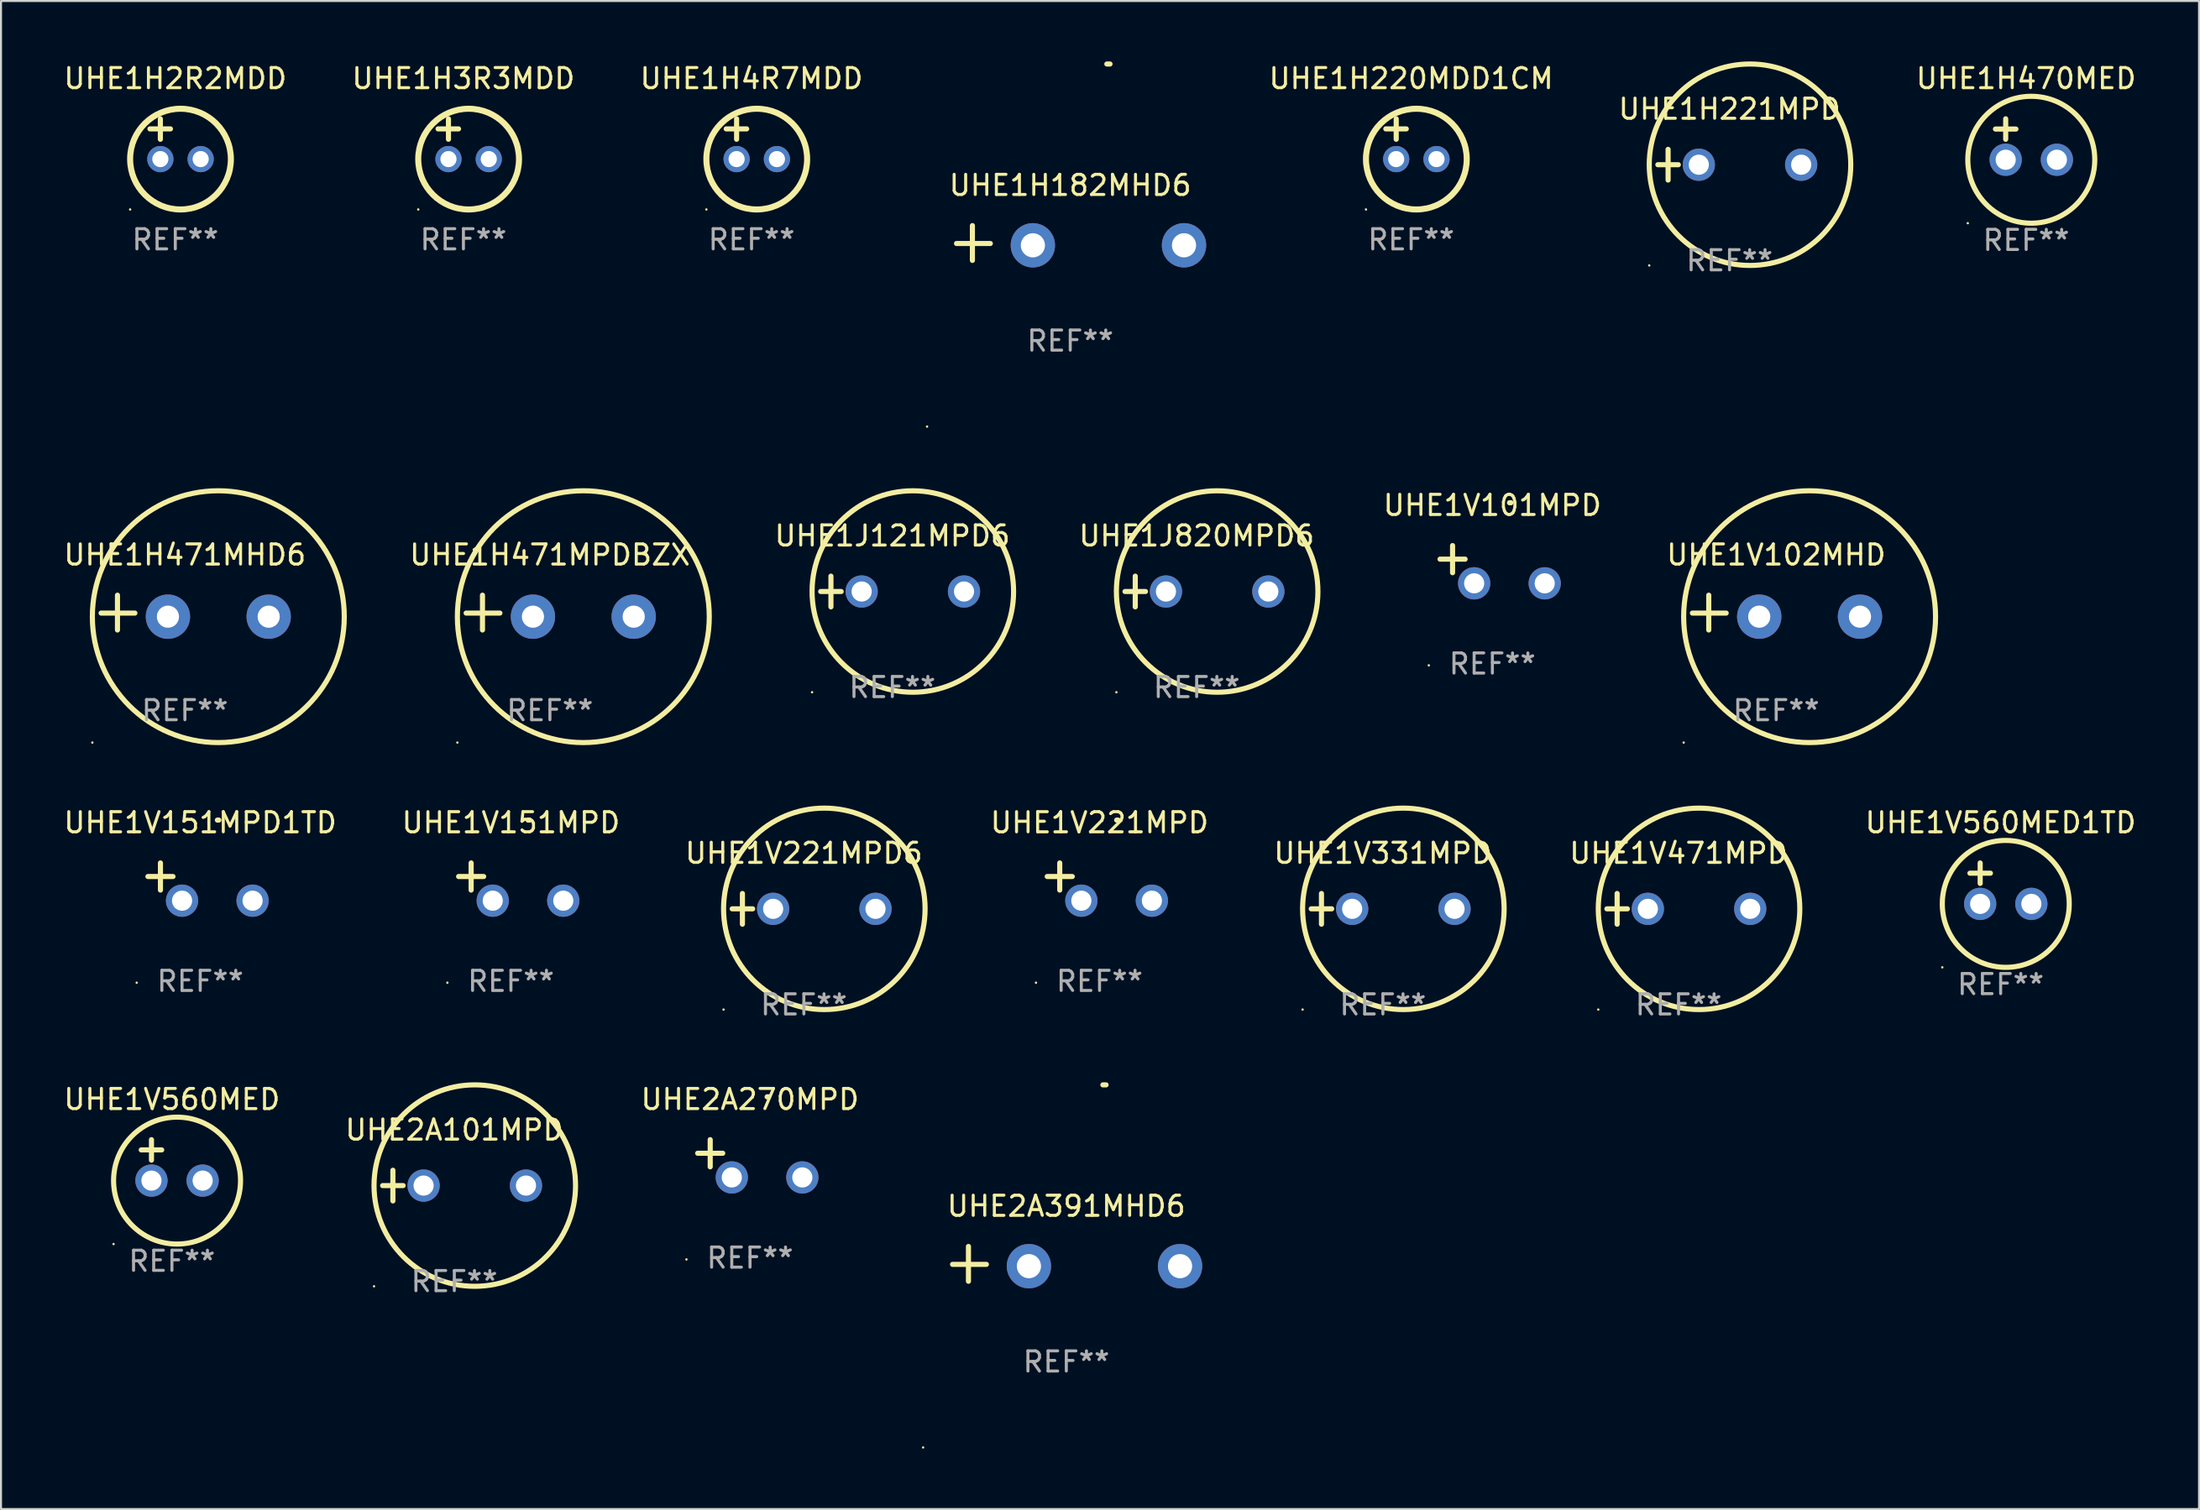
<source format=kicad_pcb>
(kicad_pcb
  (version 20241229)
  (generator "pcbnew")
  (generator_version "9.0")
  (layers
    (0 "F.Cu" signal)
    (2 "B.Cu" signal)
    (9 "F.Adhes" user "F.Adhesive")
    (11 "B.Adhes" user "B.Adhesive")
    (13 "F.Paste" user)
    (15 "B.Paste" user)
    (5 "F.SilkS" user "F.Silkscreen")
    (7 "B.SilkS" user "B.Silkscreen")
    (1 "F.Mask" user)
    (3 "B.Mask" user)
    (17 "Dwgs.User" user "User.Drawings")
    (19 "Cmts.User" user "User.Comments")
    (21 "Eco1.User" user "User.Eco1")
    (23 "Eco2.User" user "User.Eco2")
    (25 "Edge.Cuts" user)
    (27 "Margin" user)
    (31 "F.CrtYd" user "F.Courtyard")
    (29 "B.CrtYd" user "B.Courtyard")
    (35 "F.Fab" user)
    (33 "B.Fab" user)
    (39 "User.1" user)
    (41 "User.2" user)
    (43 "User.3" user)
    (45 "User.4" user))
  (footprint "UHE2A270MPD"
    (layer "F.Cu")
    (at 34.167 54.463)
    (property "Reference" "UHE2A270MPD" (at 0 -2.937 0) (layer "F.SilkS") (effects (font (size 1 1) (thickness 0.15))))
    (attr through_hole)
    (fp_line (start -1.975 0.41) (end -1.975 -0.937) (stroke (width 0.254) (type solid)) (layer "F.SilkS"))
    (fp_line (start -1.353 -0.263) (end -2.597 -0.263) (stroke (width 0.254) (type solid)) (layer "F.SilkS"))
    (fp_arc (start 0.849809 -3.063957) (mid 0.885369 -3.064114) (end 0.920929 -3.063957) (stroke (width 0.254001) (type solid)) (layer "F.SilkS"))
    (fp_circle (center -3.154 5.008) (end -3.124 5.008) (stroke (width 0.06) (type solid)) (fill no) (layer "F.SilkS"))
    (fp_text user "REF**" (at 0 4.937 0) (layer "F.Fab") (effects (font (size 1 1) (thickness 0.15))))
    (pad "1" thru_hole circle (at -0.903 0.937) (size 1.6 1.6) (drill 1) (layers "*.Cu" "*.Mask"))
    (pad "2" thru_hole circle (at 2.597 0.937) (size 1.6 1.6) (drill 1) (layers "*.Cu" "*.Mask")))
  (footprint "UHE1V101MPD"
    (layer "F.Cu")
    (at 71.005 24.971)
    (property "Reference" "UHE1V101MPD" (at 0 -2.937 0) (layer "F.SilkS") (effects (font (size 1 1) (thickness 0.15))))
    (attr through_hole)
    (fp_line (start -1.975 0.41) (end -1.975 -0.937) (stroke (width 0.254) (type solid)) (layer "F.SilkS"))
    (fp_line (start -1.353 -0.263) (end -2.597 -0.263) (stroke (width 0.254) (type solid)) (layer "F.SilkS"))
    (fp_arc (start 0.849809 -3.063957) (mid 0.885369 -3.064114) (end 0.920929 -3.063957) (stroke (width 0.254001) (type solid)) (layer "F.SilkS"))
    (fp_circle (center -3.154 5.008) (end -3.124 5.008) (stroke (width 0.06) (type solid)) (fill no) (layer "F.SilkS"))
    (fp_text user "REF**" (at 0 4.937 0) (layer "F.Fab") (effects (font (size 1 1) (thickness 0.15))))
    (pad "1" thru_hole circle (at -0.903 0.937) (size 1.6 1.6) (drill 1) (layers "*.Cu" "*.Mask"))
    (pad "2" thru_hole circle (at 2.597 0.937) (size 1.6 1.6) (drill 1) (layers "*.Cu" "*.Mask")))
  (footprint "UHE1V102MHD"
    (layer "F.Cu")
    (at 85.089 27.36)
    (property "Reference" "UHE1V102MHD" (at 0 -2.864 0) (layer "F.SilkS") (effects (font (size 1 1) (thickness 0.15))))
    (attr through_hole)
    (fp_line (start -3.346 0.864) (end -3.346 -0.864) (stroke (width 0.254) (type solid)) (layer "F.SilkS"))
    (fp_line (start -2.482 0.025) (end -4.158 0.025) (stroke (width 0.254) (type solid)) (layer "F.SilkS"))
    (fp_circle (center -4.592 6.453) (end -4.562 6.453) (stroke (width 0.06) (type solid)) (fill no) (layer "F.SilkS"))
    (fp_circle (center 1.658 0.203) (end 7.908 0.203) (stroke (width 0.254) (type solid)) (fill no) (layer "F.SilkS"))
    (fp_text user "REF**" (at 0 4.864 0) (layer "F.Fab") (effects (font (size 1 1) (thickness 0.15))))
    (pad "1" thru_hole circle (at -0.842 0.203) (size 2.2 2.2) (drill 1.1) (layers "*.Cu" "*.Mask"))
    (pad "2" thru_hole circle (at 4.158 0.203) (size 2.2 2.2) (drill 1.1) (layers "*.Cu" "*.Mask")))
  (footprint "UHE1H471MHD6"
    (layer "F.Cu")
    (at 6.125 27.36)
    (property "Reference" "UHE1H471MHD6" (at 0 -2.864 0) (layer "F.SilkS") (effects (font (size 1 1) (thickness 0.15))))
    (attr through_hole)
    (fp_line (start -3.346 0.864) (end -3.346 -0.864) (stroke (width 0.254) (type solid)) (layer "F.SilkS"))
    (fp_line (start -2.482 0.025) (end -4.158 0.025) (stroke (width 0.254) (type solid)) (layer "F.SilkS"))
    (fp_circle (center -4.592 6.453) (end -4.562 6.453) (stroke (width 0.06) (type solid)) (fill no) (layer "F.SilkS"))
    (fp_circle (center 1.658 0.203) (end 7.908 0.203) (stroke (width 0.254) (type solid)) (fill no) (layer "F.SilkS"))
    (fp_text user "REF**" (at 0 4.864 0) (layer "F.Fab") (effects (font (size 1 1) (thickness 0.15))))
    (pad "1" thru_hole circle (at -0.842 0.203) (size 2.2 2.2) (drill 1.1) (layers "*.Cu" "*.Mask"))
    (pad "2" thru_hole circle (at 4.158 0.203) (size 2.2 2.2) (drill 1.1) (layers "*.Cu" "*.Mask")))
  (footprint "UHE1J121MPD6"
    (layer "F.Cu")
    (at 41.231 26.314)
    (property "Reference" "UHE1J121MPD6" (at 0 -2.762 0) (layer "F.SilkS") (effects (font (size 1 1) (thickness 0.15))))
    (attr through_hole)
    (fp_line (start -3.556 0) (end -2.54 0) (stroke (width 0.254) (type solid)) (layer "F.SilkS"))
    (fp_line (start -3.048 -0.762) (end -3.048 0.762) (stroke (width 0.254) (type solid)) (layer "F.SilkS"))
    (fp_circle (center -3.984 5) (end -3.954 5) (stroke (width 0.06) (type solid)) (fill no) (layer "F.SilkS"))
    (fp_circle (center 1.016 0) (end 6.016 0) (stroke (width 0.254) (type solid)) (fill no) (layer "F.SilkS"))
    (fp_text user "REF**" (at 0 4.762 0) (layer "F.Fab") (effects (font (size 1 1) (thickness 0.15))))
    (pad "1" thru_hole circle (at -1.524 0) (size 1.6 1.6) (drill 1) (layers "*.Cu" "*.Mask"))
    (pad "2" thru_hole circle (at 3.556 0) (size 1.6 1.6) (drill 1) (layers "*.Cu" "*.Mask")))
  (footprint "UHE1H3R3MDD"
    (layer "F.Cu")
    (at 19.946 3.848)
    (property "Reference" "UHE1H3R3MDD" (at 0 -3 0) (layer "F.SilkS") (effects (font (size 1 1) (thickness 0.15))))
    (attr through_hole)
    (fp_line (start -1.258 -0.5) (end -0.242 -0.5) (stroke (width 0.254) (type solid)) (layer "F.SilkS"))
    (fp_line (start -0.742 -1) (end -0.742 0.016) (stroke (width 0.254) (type solid)) (layer "F.SilkS"))
    (fp_circle (center -2.242 3.5) (end -2.212 3.5) (stroke (width 0.06) (type solid)) (fill no) (layer "F.SilkS"))
    (fp_circle (center 0.258 1) (end 2.758 1) (stroke (width 0.3) (type solid)) (fill no) (layer "F.SilkS"))
    (fp_text user "REF**" (at 0 5 0) (layer "F.Fab") (effects (font (size 1 1) (thickness 0.15))))
    (pad "1" thru_hole circle (at -0.742 1) (size 1.3 1.3) (drill 0.8) (layers "*.Cu" "*.Mask"))
    (pad "2" thru_hole circle (at 1.258 1) (size 1.3 1.3) (drill 0.8) (layers "*.Cu" "*.Mask")))
  (footprint "UHE1J820MPD6"
    (layer "F.Cu")
    (at 56.332 26.314)
    (property "Reference" "UHE1J820MPD6" (at 0 -2.762 0) (layer "F.SilkS") (effects (font (size 1 1) (thickness 0.15))))
    (attr through_hole)
    (fp_line (start -3.556 0) (end -2.54 0) (stroke (width 0.254) (type solid)) (layer "F.SilkS"))
    (fp_line (start -3.048 -0.762) (end -3.048 0.762) (stroke (width 0.254) (type solid)) (layer "F.SilkS"))
    (fp_circle (center -3.984 5) (end -3.954 5) (stroke (width 0.06) (type solid)) (fill no) (layer "F.SilkS"))
    (fp_circle (center 1.016 0) (end 6.016 0) (stroke (width 0.254) (type solid)) (fill no) (layer "F.SilkS"))
    (fp_text user "REF**" (at 0 4.762 0) (layer "F.Fab") (effects (font (size 1 1) (thickness 0.15))))
    (pad "1" thru_hole circle (at -1.524 0) (size 1.6 1.6) (drill 1) (layers "*.Cu" "*.Mask"))
    (pad "2" thru_hole circle (at 3.556 0) (size 1.6 1.6) (drill 1) (layers "*.Cu" "*.Mask")))
  (footprint "UHE1V331MPD"
    (layer "F.Cu")
    (at 65.572 42.067)
    (property "Reference" "UHE1V331MPD" (at 0 -2.762 0) (layer "F.SilkS") (effects (font (size 1 1) (thickness 0.15))))
    (attr through_hole)
    (fp_line (start -3.556 0) (end -2.54 0) (stroke (width 0.254) (type solid)) (layer "F.SilkS"))
    (fp_line (start -3.048 -0.762) (end -3.048 0.762) (stroke (width 0.254) (type solid)) (layer "F.SilkS"))
    (fp_circle (center -3.984 5) (end -3.954 5) (stroke (width 0.06) (type solid)) (fill no) (layer "F.SilkS"))
    (fp_circle (center 1.016 0) (end 6.016 0) (stroke (width 0.254) (type solid)) (fill no) (layer "F.SilkS"))
    (fp_text user "REF**" (at 0 4.762 0) (layer "F.Fab") (effects (font (size 1 1) (thickness 0.15))))
    (pad "1" thru_hole circle (at -1.524 0) (size 1.6 1.6) (drill 1) (layers "*.Cu" "*.Mask"))
    (pad "2" thru_hole circle (at 3.556 0) (size 1.6 1.6) (drill 1) (layers "*.Cu" "*.Mask")))
  (footprint "UHE1H470MED"
    (layer "F.Cu")
    (at 97.493 3.864)
    (property "Reference" "UHE1H470MED" (at 0 -3.016 0) (layer "F.SilkS") (effects (font (size 1 1) (thickness 0.15))))
    (attr through_hole)
    (fp_line (start -1.524 -0.508) (end -0.508 -0.508) (stroke (width 0.254) (type solid)) (layer "F.SilkS"))
    (fp_line (start -1.016 -1.016) (end -1.016 0) (stroke (width 0.254) (type solid)) (layer "F.SilkS"))
    (fp_circle (center -2.896 4.166) (end -2.866 4.166) (stroke (width 0.06) (type solid)) (fill no) (layer "F.SilkS"))
    (fp_circle (center 0.254 1.016) (end 3.404 1.016) (stroke (width 0.254) (type solid)) (fill no) (layer "F.SilkS"))
    (fp_text user "REF**" (at 0 5.016 0) (layer "F.Fab") (effects (font (size 1 1) (thickness 0.15))))
    (pad "1" thru_hole circle (at -1.016 1.016) (size 1.6 1.6) (drill 1) (layers "*.Cu" "*.Mask"))
    (pad "2" thru_hole circle (at 1.524 1.016) (size 1.6 1.6) (drill 1) (layers "*.Cu" "*.Mask")))
  (footprint "UHE1V221MPD6"
    (layer "F.Cu")
    (at 36.839 42.067)
    (property "Reference" "UHE1V221MPD6" (at 0 -2.762 0) (layer "F.SilkS") (effects (font (size 1 1) (thickness 0.15))))
    (attr through_hole)
    (fp_line (start -3.556 0) (end -2.54 0) (stroke (width 0.254) (type solid)) (layer "F.SilkS"))
    (fp_line (start -3.048 -0.762) (end -3.048 0.762) (stroke (width 0.254) (type solid)) (layer "F.SilkS"))
    (fp_circle (center -3.984 5) (end -3.954 5) (stroke (width 0.06) (type solid)) (fill no) (layer "F.SilkS"))
    (fp_circle (center 1.016 0) (end 6.016 0) (stroke (width 0.254) (type solid)) (fill no) (layer "F.SilkS"))
    (fp_text user "REF**" (at 0 4.762 0) (layer "F.Fab") (effects (font (size 1 1) (thickness 0.15))))
    (pad "1" thru_hole circle (at -1.524 0) (size 1.6 1.6) (drill 1) (layers "*.Cu" "*.Mask"))
    (pad "2" thru_hole circle (at 3.556 0) (size 1.6 1.6) (drill 1) (layers "*.Cu" "*.Mask")))
  (footprint "UHE1V151MPD1TD"
    (layer "F.Cu")
    (at 6.887 40.725)
    (property "Reference" "UHE1V151MPD1TD" (at 0 -2.937 0) (layer "F.SilkS") (effects (font (size 1 1) (thickness 0.15))))
    (attr through_hole)
    (fp_line (start -1.975 0.41) (end -1.975 -0.937) (stroke (width 0.254) (type solid)) (layer "F.SilkS"))
    (fp_line (start -1.353 -0.263) (end -2.597 -0.263) (stroke (width 0.254) (type solid)) (layer "F.SilkS"))
    (fp_arc (start 0.849809 -3.063957) (mid 0.885369 -3.064114) (end 0.920929 -3.063957) (stroke (width 0.254001) (type solid)) (layer "F.SilkS"))
    (fp_circle (center -3.154 5.008) (end -3.124 5.008) (stroke (width 0.06) (type solid)) (fill no) (layer "F.SilkS"))
    (fp_text user "REF**" (at 0 4.937 0) (layer "F.Fab") (effects (font (size 1 1) (thickness 0.15))))
    (pad "1" thru_hole circle (at -0.903 0.937) (size 1.6 1.6) (drill 1) (layers "*.Cu" "*.Mask"))
    (pad "2" thru_hole circle (at 2.597 0.937) (size 1.6 1.6) (drill 1) (layers "*.Cu" "*.Mask")))
  (footprint "UHE2A391MHD6"
    (layer "F.Cu")
    (at 49.863 59.691)
    (property "Reference" "UHE2A391MHD6" (at 0 -2.864 0) (layer "F.SilkS") (effects (font (size 1 1) (thickness 0.15))))
    (attr through_hole)
    (fp_line (start -4.856 0.864) (end -4.856 -0.864) (stroke (width 0.254) (type solid)) (layer "F.SilkS"))
    (fp_line (start -3.967 0.025) (end -5.644 0.025) (stroke (width 0.254) (type solid)) (layer "F.SilkS"))
    (fp_arc (start 1.815024 -8.885649) (mid 1.893764 -8.88599) (end 1.972504 -8.885649) (stroke (width 0.254001) (type solid)) (layer "F.SilkS"))
    (fp_circle (center -7.106 9.114) (end -7.076 9.114) (stroke (width 0.06) (type solid)) (fill no) (layer "F.SilkS"))
    (fp_text user "REF**" (at 0 4.864 0) (layer "F.Fab") (effects (font (size 1 1) (thickness 0.15))))
    (pad "1" thru_hole circle (at -1.856 0.114) (size 2.2 2.2) (drill 1.2) (layers "*.Cu" "*.Mask"))
    (pad "2" thru_hole circle (at 5.644 0.114) (size 2.2 2.2) (drill 1.2) (layers "*.Cu" "*.Mask")))
  (footprint "UHE1H2R2MDD"
    (layer "F.Cu")
    (at 5.649 3.848)
    (property "Reference" "UHE1H2R2MDD" (at 0 -3 0) (layer "F.SilkS") (effects (font (size 1 1) (thickness 0.15))))
    (attr through_hole)
    (fp_line (start -1.258 -0.5) (end -0.242 -0.5) (stroke (width 0.254) (type solid)) (layer "F.SilkS"))
    (fp_line (start -0.742 -1) (end -0.742 0.016) (stroke (width 0.254) (type solid)) (layer "F.SilkS"))
    (fp_circle (center -2.242 3.5) (end -2.212 3.5) (stroke (width 0.06) (type solid)) (fill no) (layer "F.SilkS"))
    (fp_circle (center 0.258 1) (end 2.758 1) (stroke (width 0.3) (type solid)) (fill no) (layer "F.SilkS"))
    (fp_text user "REF**" (at 0 5 0) (layer "F.Fab") (effects (font (size 1 1) (thickness 0.15))))
    (pad "1" thru_hole circle (at -0.742 1) (size 1.3 1.3) (drill 0.8) (layers "*.Cu" "*.Mask"))
    (pad "2" thru_hole circle (at 1.258 1) (size 1.3 1.3) (drill 0.8) (layers "*.Cu" "*.Mask")))
  (footprint "UHE1V560MED"
    (layer "F.Cu")
    (at 5.482 54.542)
    (property "Reference" "UHE1V560MED" (at 0 -3.016 0) (layer "F.SilkS") (effects (font (size 1 1) (thickness 0.15))))
    (attr through_hole)
    (fp_line (start -1.524 -0.508) (end -0.508 -0.508) (stroke (width 0.254) (type solid)) (layer "F.SilkS"))
    (fp_line (start -1.016 -1.016) (end -1.016 0) (stroke (width 0.254) (type solid)) (layer "F.SilkS"))
    (fp_circle (center -2.896 4.166) (end -2.866 4.166) (stroke (width 0.06) (type solid)) (fill no) (layer "F.SilkS"))
    (fp_circle (center 0.254 1.016) (end 3.404 1.016) (stroke (width 0.254) (type solid)) (fill no) (layer "F.SilkS"))
    (fp_text user "REF**" (at 0 5.016 0) (layer "F.Fab") (effects (font (size 1 1) (thickness 0.15))))
    (pad "1" thru_hole circle (at -1.016 1.016) (size 1.6 1.6) (drill 1) (layers "*.Cu" "*.Mask"))
    (pad "2" thru_hole circle (at 1.524 1.016) (size 1.6 1.6) (drill 1) (layers "*.Cu" "*.Mask")))
  (footprint "UHE1V560MED1TD"
    (layer "F.Cu")
    (at 96.227 40.805)
    (property "Reference" "UHE1V560MED1TD" (at 0 -3.016 0) (layer "F.SilkS") (effects (font (size 1 1) (thickness 0.15))))
    (attr through_hole)
    (fp_line (start -1.524 -0.508) (end -0.508 -0.508) (stroke (width 0.254) (type solid)) (layer "F.SilkS"))
    (fp_line (start -1.016 -1.016) (end -1.016 0) (stroke (width 0.254) (type solid)) (layer "F.SilkS"))
    (fp_circle (center -2.896 4.166) (end -2.866 4.166) (stroke (width 0.06) (type solid)) (fill no) (layer "F.SilkS"))
    (fp_circle (center 0.254 1.016) (end 3.404 1.016) (stroke (width 0.254) (type solid)) (fill no) (layer "F.SilkS"))
    (fp_text user "REF**" (at 0 5.016 0) (layer "F.Fab") (effects (font (size 1 1) (thickness 0.15))))
    (pad "1" thru_hole circle (at -1.016 1.016) (size 1.6 1.6) (drill 1) (layers "*.Cu" "*.Mask"))
    (pad "2" thru_hole circle (at 1.524 1.016) (size 1.6 1.6) (drill 1) (layers "*.Cu" "*.Mask")))
  (footprint "UHE2A101MPD"
    (layer "F.Cu")
    (at 19.494 55.805)
    (property "Reference" "UHE2A101MPD" (at 0 -2.762 0) (layer "F.SilkS") (effects (font (size 1 1) (thickness 0.15))))
    (attr through_hole)
    (fp_line (start -3.556 0) (end -2.54 0) (stroke (width 0.254) (type solid)) (layer "F.SilkS"))
    (fp_line (start -3.048 -0.762) (end -3.048 0.762) (stroke (width 0.254) (type solid)) (layer "F.SilkS"))
    (fp_circle (center -3.984 5) (end -3.954 5) (stroke (width 0.06) (type solid)) (fill no) (layer "F.SilkS"))
    (fp_circle (center 1.016 0) (end 6.016 0) (stroke (width 0.254) (type solid)) (fill no) (layer "F.SilkS"))
    (fp_text user "REF**" (at 0 4.762 0) (layer "F.Fab") (effects (font (size 1 1) (thickness 0.15))))
    (pad "1" thru_hole circle (at -1.524 0) (size 1.6 1.6) (drill 1) (layers "*.Cu" "*.Mask"))
    (pad "2" thru_hole circle (at 3.556 0) (size 1.6 1.6) (drill 1) (layers "*.Cu" "*.Mask")))
  (footprint "UHE1H220MDD1CM"
    (layer "F.Cu")
    (at 66.975 3.848)
    (property "Reference" "UHE1H220MDD1CM" (at 0 -3 0) (layer "F.SilkS") (effects (font (size 1 1) (thickness 0.15))))
    (attr through_hole)
    (fp_line (start -1.258 -0.5) (end -0.242 -0.5) (stroke (width 0.254) (type solid)) (layer "F.SilkS"))
    (fp_line (start -0.742 -1) (end -0.742 0.016) (stroke (width 0.254) (type solid)) (layer "F.SilkS"))
    (fp_circle (center -2.242 3.5) (end -2.212 3.5) (stroke (width 0.06) (type solid)) (fill no) (layer "F.SilkS"))
    (fp_circle (center 0.258 1) (end 2.758 1) (stroke (width 0.3) (type solid)) (fill no) (layer "F.SilkS"))
    (fp_text user "REF**" (at 0 5 0) (layer "F.Fab") (effects (font (size 1 1) (thickness 0.15))))
    (pad "1" thru_hole circle (at -0.742 1) (size 1.3 1.3) (drill 0.8) (layers "*.Cu" "*.Mask"))
    (pad "2" thru_hole circle (at 1.258 1) (size 1.3 1.3) (drill 0.8) (layers "*.Cu" "*.Mask")))
  (footprint "UHE1V471MPD"
    (layer "F.Cu")
    (at 80.244 42.067)
    (property "Reference" "UHE1V471MPD" (at 0 -2.762 0) (layer "F.SilkS") (effects (font (size 1 1) (thickness 0.15))))
    (attr through_hole)
    (fp_line (start -3.556 0) (end -2.54 0) (stroke (width 0.254) (type solid)) (layer "F.SilkS"))
    (fp_line (start -3.048 -0.762) (end -3.048 0.762) (stroke (width 0.254) (type solid)) (layer "F.SilkS"))
    (fp_circle (center -3.984 5) (end -3.954 5) (stroke (width 0.06) (type solid)) (fill no) (layer "F.SilkS"))
    (fp_circle (center 1.016 0) (end 6.016 0) (stroke (width 0.254) (type solid)) (fill no) (layer "F.SilkS"))
    (fp_text user "REF**" (at 0 4.762 0) (layer "F.Fab") (effects (font (size 1 1) (thickness 0.15))))
    (pad "1" thru_hole circle (at -1.524 0) (size 1.6 1.6) (drill 1) (layers "*.Cu" "*.Mask"))
    (pad "2" thru_hole circle (at 3.556 0) (size 1.6 1.6) (drill 1) (layers "*.Cu" "*.Mask")))
  (footprint "UHE1V221MPD"
    (layer "F.Cu")
    (at 51.512 40.725)
    (property "Reference" "UHE1V221MPD" (at 0 -2.937 0) (layer "F.SilkS") (effects (font (size 1 1) (thickness 0.15))))
    (attr through_hole)
    (fp_line (start -1.975 0.41) (end -1.975 -0.937) (stroke (width 0.254) (type solid)) (layer "F.SilkS"))
    (fp_line (start -1.353 -0.263) (end -2.597 -0.263) (stroke (width 0.254) (type solid)) (layer "F.SilkS"))
    (fp_arc (start 0.849809 -3.063957) (mid 0.885369 -3.064114) (end 0.920929 -3.063957) (stroke (width 0.254001) (type solid)) (layer "F.SilkS"))
    (fp_circle (center -3.154 5.008) (end -3.124 5.008) (stroke (width 0.06) (type solid)) (fill no) (layer "F.SilkS"))
    (fp_text user "REF**" (at 0 4.937 0) (layer "F.Fab") (effects (font (size 1 1) (thickness 0.15))))
    (pad "1" thru_hole circle (at -0.903 0.937) (size 1.6 1.6) (drill 1) (layers "*.Cu" "*.Mask"))
    (pad "2" thru_hole circle (at 2.597 0.937) (size 1.6 1.6) (drill 1) (layers "*.Cu" "*.Mask")))
  (footprint "UHE1H221MPD"
    (layer "F.Cu")
    (at 82.773 5.127)
    (property "Reference" "UHE1H221MPD" (at 0 -2.762 0) (layer "F.SilkS") (effects (font (size 1 1) (thickness 0.15))))
    (attr through_hole)
    (fp_line (start -3.556 0) (end -2.54 0) (stroke (width 0.254) (type solid)) (layer "F.SilkS"))
    (fp_line (start -3.048 -0.762) (end -3.048 0.762) (stroke (width 0.254) (type solid)) (layer "F.SilkS"))
    (fp_circle (center -3.984 5) (end -3.954 5) (stroke (width 0.06) (type solid)) (fill no) (layer "F.SilkS"))
    (fp_circle (center 1.016 0) (end 6.016 0) (stroke (width 0.254) (type solid)) (fill no) (layer "F.SilkS"))
    (fp_text user "REF**" (at 0 4.762 0) (layer "F.Fab") (effects (font (size 1 1) (thickness 0.15))))
    (pad "1" thru_hole circle (at -1.524 0) (size 1.6 1.6) (drill 1) (layers "*.Cu" "*.Mask"))
    (pad "2" thru_hole circle (at 3.556 0) (size 1.6 1.6) (drill 1) (layers "*.Cu" "*.Mask")))
  (footprint "UHE1V151MPD"
    (layer "F.Cu")
    (at 22.304 40.725)
    (property "Reference" "UHE1V151MPD" (at 0 -2.937 0) (layer "F.SilkS") (effects (font (size 1 1) (thickness 0.15))))
    (attr through_hole)
    (fp_line (start -1.975 0.41) (end -1.975 -0.937) (stroke (width 0.254) (type solid)) (layer "F.SilkS"))
    (fp_line (start -1.353 -0.263) (end -2.597 -0.263) (stroke (width 0.254) (type solid)) (layer "F.SilkS"))
    (fp_arc (start 0.849809 -3.063957) (mid 0.885369 -3.064114) (end 0.920929 -3.063957) (stroke (width 0.254001) (type solid)) (layer "F.SilkS"))
    (fp_circle (center -3.154 5.008) (end -3.124 5.008) (stroke (width 0.06) (type solid)) (fill no) (layer "F.SilkS"))
    (fp_text user "REF**" (at 0 4.937 0) (layer "F.Fab") (effects (font (size 1 1) (thickness 0.15))))
    (pad "1" thru_hole circle (at -0.903 0.937) (size 1.6 1.6) (drill 1) (layers "*.Cu" "*.Mask"))
    (pad "2" thru_hole circle (at 2.597 0.937) (size 1.6 1.6) (drill 1) (layers "*.Cu" "*.Mask")))
  (footprint "UHE1H182MHD6"
    (layer "F.Cu")
    (at 50.059 9.013)
    (property "Reference" "UHE1H182MHD6" (at 0 -2.864 0) (layer "F.SilkS") (effects (font (size 1 1) (thickness 0.15))))
    (attr through_hole)
    (fp_line (start -4.856 0.864) (end -4.856 -0.864) (stroke (width 0.254) (type solid)) (layer "F.SilkS"))
    (fp_line (start -3.967 0.025) (end -5.644 0.025) (stroke (width 0.254) (type solid)) (layer "F.SilkS"))
    (fp_arc (start 1.815024 -8.885649) (mid 1.893764 -8.88599) (end 1.972504 -8.885649) (stroke (width 0.254001) (type solid)) (layer "F.SilkS"))
    (fp_circle (center -7.106 9.114) (end -7.076 9.114) (stroke (width 0.06) (type solid)) (fill no) (layer "F.SilkS"))
    (fp_text user "REF**" (at 0 4.864 0) (layer "F.Fab") (effects (font (size 1 1) (thickness 0.15))))
    (pad "1" thru_hole circle (at -1.856 0.114) (size 2.2 2.2) (drill 1.2) (layers "*.Cu" "*.Mask"))
    (pad "2" thru_hole circle (at 5.644 0.114) (size 2.2 2.2) (drill 1.2) (layers "*.Cu" "*.Mask")))
  (footprint "UHE1H4R7MDD"
    (layer "F.Cu")
    (at 34.244 3.848)
    (property "Reference" "UHE1H4R7MDD" (at 0 -3 0) (layer "F.SilkS") (effects (font (size 1 1) (thickness 0.15))))
    (attr through_hole)
    (fp_line (start -1.258 -0.5) (end -0.242 -0.5) (stroke (width 0.254) (type solid)) (layer "F.SilkS"))
    (fp_line (start -0.742 -1) (end -0.742 0.016) (stroke (width 0.254) (type solid)) (layer "F.SilkS"))
    (fp_circle (center -2.242 3.5) (end -2.212 3.5) (stroke (width 0.06) (type solid)) (fill no) (layer "F.SilkS"))
    (fp_circle (center 0.258 1) (end 2.758 1) (stroke (width 0.3) (type solid)) (fill no) (layer "F.SilkS"))
    (fp_text user "REF**" (at 0 5 0) (layer "F.Fab") (effects (font (size 1 1) (thickness 0.15))))
    (pad "1" thru_hole circle (at -0.742 1) (size 1.3 1.3) (drill 0.8) (layers "*.Cu" "*.Mask"))
    (pad "2" thru_hole circle (at 1.258 1) (size 1.3 1.3) (drill 0.8) (layers "*.Cu" "*.Mask")))
  (footprint "UHE1H471MPDBZX"
    (layer "F.Cu")
    (at 24.238 27.36)
    (property "Reference" "UHE1H471MPDBZX" (at 0 -2.864 0) (layer "F.SilkS") (effects (font (size 1 1) (thickness 0.15))))
    (attr through_hole)
    (fp_line (start -3.346 0.864) (end -3.346 -0.864) (stroke (width 0.254) (type solid)) (layer "F.SilkS"))
    (fp_line (start -2.482 0.025) (end -4.158 0.025) (stroke (width 0.254) (type solid)) (layer "F.SilkS"))
    (fp_circle (center -4.592 6.453) (end -4.562 6.453) (stroke (width 0.06) (type solid)) (fill no) (layer "F.SilkS"))
    (fp_circle (center 1.658 0.203) (end 7.908 0.203) (stroke (width 0.254) (type solid)) (fill no) (layer "F.SilkS"))
    (fp_text user "REF**" (at 0 4.864 0) (layer "F.Fab") (effects (font (size 1 1) (thickness 0.15))))
    (pad "1" thru_hole circle (at -0.842 0.203) (size 2.2 2.2) (drill 1.1) (layers "*.Cu" "*.Mask"))
    (pad "2" thru_hole circle (at 4.158 0.203) (size 2.2 2.2) (drill 1.1) (layers "*.Cu" "*.Mask")))
  (gr_rect
    (start -3 -3)
    (end 106.071 71.864)
    (stroke (width 0.1) (type default))
    (fill no)
    (layer "Edge.Cuts")))
</source>
